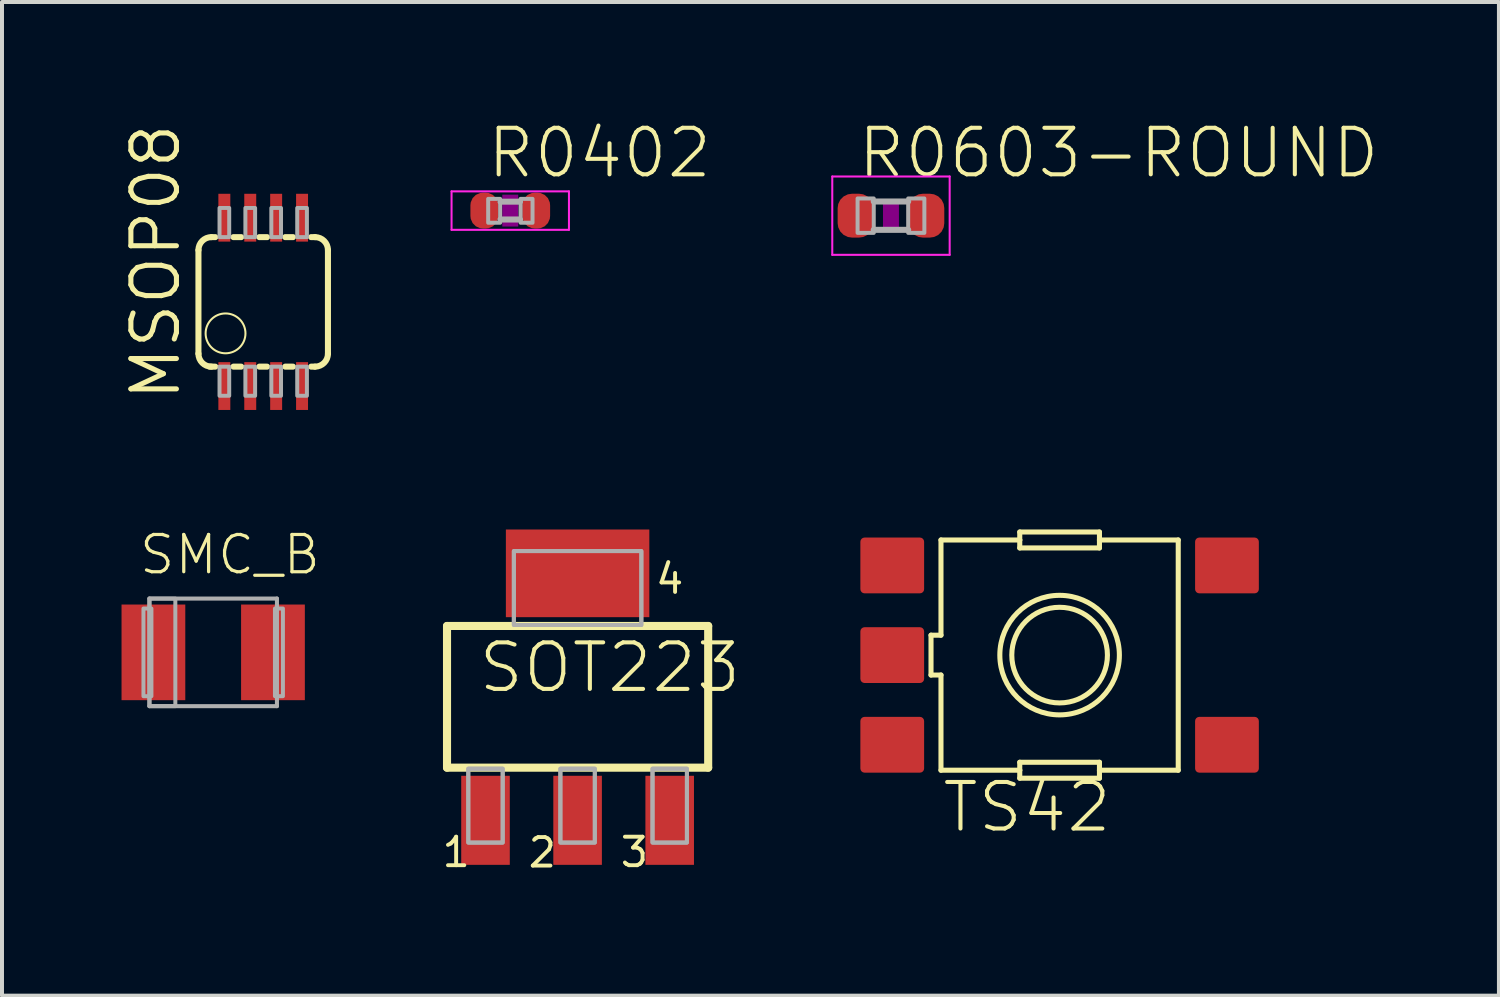
<source format=kicad_pcb>
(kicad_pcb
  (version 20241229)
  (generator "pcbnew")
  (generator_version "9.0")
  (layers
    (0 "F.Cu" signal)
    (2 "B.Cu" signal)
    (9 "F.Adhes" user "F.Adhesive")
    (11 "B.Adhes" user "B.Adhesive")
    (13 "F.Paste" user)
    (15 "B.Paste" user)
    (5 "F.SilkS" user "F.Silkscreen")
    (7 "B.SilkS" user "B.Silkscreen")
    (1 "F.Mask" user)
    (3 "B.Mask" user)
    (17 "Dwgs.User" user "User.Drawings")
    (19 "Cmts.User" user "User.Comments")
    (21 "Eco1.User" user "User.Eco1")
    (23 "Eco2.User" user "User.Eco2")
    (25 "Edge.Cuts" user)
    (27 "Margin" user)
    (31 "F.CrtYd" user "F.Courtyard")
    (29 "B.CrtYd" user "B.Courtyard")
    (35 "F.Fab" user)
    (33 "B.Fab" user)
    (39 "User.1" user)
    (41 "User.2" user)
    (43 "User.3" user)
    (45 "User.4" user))
  (footprint "TS42"
    (layer "F.Cu")
    (at 23.541 13.39)
    (property "Reference" "TS42" (at -3 4.5 0) (unlocked yes) (layer "F.SilkS") (effects (font (size 1.168 1.168) (thickness 0.102)) (justify left bottom)))
    (fp_line (start -3.227 -0.5) (end -3.227 0.5) (stroke (width 0.127) (type solid)) (layer "F.SilkS"))
    (fp_line (start -3.227 0.5) (end -2.977 0.5) (stroke (width 0.127) (type solid)) (layer "F.SilkS"))
    (fp_line (start -2.977 -2.889) (end -2.977 -0.5) (stroke (width 0.127) (type solid)) (layer "F.SilkS"))
    (fp_line (start -2.977 -2.889) (end -1 -2.889) (stroke (width 0.127) (type solid)) (layer "F.SilkS"))
    (fp_line (start -2.977 -0.5) (end -3.227 -0.5) (stroke (width 0.127) (type solid)) (layer "F.SilkS"))
    (fp_line (start -2.977 0.5) (end -2.977 2.889) (stroke (width 0.127) (type solid)) (layer "F.SilkS"))
    (fp_line (start -1 -3.089) (end -1 -2.889) (stroke (width 0.127) (type solid)) (layer "F.SilkS"))
    (fp_line (start -1 -2.889) (end -1 -2.689) (stroke (width 0.127) (type solid)) (layer "F.SilkS"))
    (fp_line (start -1 -2.689) (end 1 -2.689) (stroke (width 0.127) (type solid)) (layer "F.SilkS"))
    (fp_line (start -1 2.689) (end -1 2.889) (stroke (width 0.127) (type solid)) (layer "F.SilkS"))
    (fp_line (start -1 2.889) (end -2.977 2.889) (stroke (width 0.127) (type solid)) (layer "F.SilkS"))
    (fp_line (start -1 2.889) (end -1 3.089) (stroke (width 0.127) (type solid)) (layer "F.SilkS"))
    (fp_line (start -1 3.089) (end 1 3.089) (stroke (width 0.127) (type solid)) (layer "F.SilkS"))
    (fp_line (start 1 -3.089) (end -1 -3.089) (stroke (width 0.127) (type solid)) (layer "F.SilkS"))
    (fp_line (start 1 -2.889) (end 1 -3.089) (stroke (width 0.127) (type solid)) (layer "F.SilkS"))
    (fp_line (start 1 -2.889) (end 2.977 -2.889) (stroke (width 0.127) (type solid)) (layer "F.SilkS"))
    (fp_line (start 1 -2.689) (end 1 -2.889) (stroke (width 0.127) (type solid)) (layer "F.SilkS"))
    (fp_line (start 1 2.689) (end -1 2.689) (stroke (width 0.127) (type solid)) (layer "F.SilkS"))
    (fp_line (start 1 2.889) (end 1 2.689) (stroke (width 0.127) (type solid)) (layer "F.SilkS"))
    (fp_line (start 1 2.889) (end 2.977 2.889) (stroke (width 0.127) (type solid)) (layer "F.SilkS"))
    (fp_line (start 1 3.089) (end 1 2.889) (stroke (width 0.127) (type solid)) (layer "F.SilkS"))
    (fp_line (start 2.977 2.889) (end 2.977 -2.889) (stroke (width 0.127) (type solid)) (layer "F.SilkS"))
    (fp_circle (center 0 0) (end 1.2 0) (stroke (width 0.127) (type solid)) (fill no) (layer "F.SilkS"))
    (fp_circle (center 0 0) (end 1.5 0) (stroke (width 0.127) (type solid)) (fill no) (layer "F.SilkS"))
    (fp_poly (pts (xy -4.699 0.381) (xy -3.81 0.381) (xy -3.81 -0.381) (xy -4.699 -0.381)) (stroke (width 0) (type default)) (fill yes) (layer "F.Paste"))
    (pad "1" smd roundrect (at -4.2 -2.25) (size 1.6 1.4) (layers "F.Cu" "F.Mask" "F.Paste") (roundrect_rratio 0.075))
    (pad "2" smd roundrect (at 4.2 -2.25) (size 1.6 1.4) (layers "F.Cu" "F.Mask" "F.Paste") (roundrect_rratio 0.075))
    (pad "3" smd roundrect (at -4.2 2.25) (size 1.6 1.4) (layers "F.Cu" "F.Mask" "F.Paste") (roundrect_rratio 0.075))
    (pad "4" smd roundrect (at 4.2 2.25) (size 1.6 1.4) (layers "F.Cu" "F.Mask" "F.Paste") (roundrect_rratio 0.075))
    (pad "5" smd roundrect (at -4.2 0) (size 1.6 1.4) (layers "F.Cu" "F.Mask") (roundrect_rratio 0.075)))
  (footprint "R0402"
    (layer "F.Cu")
    (at 9.755 2.235)
    (property "Reference" "R0402" (at -0.635 -0.762 0) (unlocked yes) (layer "F.SilkS") (effects (font (size 1.168 1.168) (thickness 0.102)) (justify left bottom)))
    (fp_poly (pts (xy -0.2 0.4) (xy 0.2 0.4) (xy 0.2 -0.4) (xy -0.2 -0.4)) (stroke (width 0) (type default)) (fill yes) (layer "F.Adhes"))
    (fp_line (start -1.473 -0.483) (end 1.473 -0.483) (stroke (width 0.051) (type solid)) (layer "F.CrtYd"))
    (fp_line (start -1.473 0.483) (end -1.473 -0.483) (stroke (width 0.051) (type solid)) (layer "F.CrtYd"))
    (fp_line (start 1.473 -0.483) (end 1.473 0.483) (stroke (width 0.051) (type solid)) (layer "F.CrtYd"))
    (fp_line (start 1.473 0.483) (end -1.473 0.483) (stroke (width 0.051) (type solid)) (layer "F.CrtYd"))
    (fp_line (start -0.245 -0.224) (end 0.245 -0.224) (stroke (width 0.152) (type solid)) (layer "F.Fab"))
    (fp_line (start 0.245 0.224) (end -0.245 0.224) (stroke (width 0.152) (type solid)) (layer "F.Fab"))
    (fp_poly (pts (xy -0.554 0.305) (xy -0.254 0.305) (xy -0.254 -0.295) (xy -0.554 -0.295)) (stroke (width 0.1) (type default)) (fill no) (layer "F.Fab"))
    (fp_poly (pts (xy 0.259 0.305) (xy 0.559 0.305) (xy 0.559 -0.295) (xy 0.259 -0.295)) (stroke (width 0.1) (type default)) (fill no) (layer "F.Fab"))
    (pad "1" smd roundrect (at -0.65 0) (size 0.7 0.9) (layers "F.Cu" "F.Mask" "F.Paste") (roundrect_rratio 0.45))
    (pad "2" smd roundrect (at 0.65 0) (size 0.7 0.9) (layers "F.Cu" "F.Mask" "F.Paste") (roundrect_rratio 0.45)))
  (footprint "R0603-ROUND"
    (layer "F.Cu")
    (at 19.309 2.362)
    (property "Reference" "R0603-ROUND" (at -0.889 -0.889 0) (unlocked yes) (layer "F.SilkS") (effects (font (size 1.168 1.168) (thickness 0.102)) (justify left bottom)))
    (fp_poly (pts (xy -0.2 0.4) (xy 0.2 0.4) (xy 0.2 -0.4) (xy -0.2 -0.4)) (stroke (width 0) (type default)) (fill yes) (layer "F.Adhes"))
    (fp_line (start -1.473 -0.983) (end 1.473 -0.983) (stroke (width 0.051) (type solid)) (layer "F.CrtYd"))
    (fp_line (start -1.473 0.983) (end -1.473 -0.983) (stroke (width 0.051) (type solid)) (layer "F.CrtYd"))
    (fp_line (start 1.473 -0.983) (end 1.473 0.983) (stroke (width 0.051) (type solid)) (layer "F.CrtYd"))
    (fp_line (start 1.473 0.983) (end -1.473 0.983) (stroke (width 0.051) (type solid)) (layer "F.CrtYd"))
    (fp_line (start -0.432 0.356) (end 0.432 0.356) (stroke (width 0.152) (type solid)) (layer "F.Fab"))
    (fp_line (start 0.432 -0.356) (end -0.432 -0.356) (stroke (width 0.152) (type solid)) (layer "F.Fab"))
    (fp_poly (pts (xy -0.838 0.432) (xy -0.432 0.432) (xy -0.432 -0.432) (xy -0.838 -0.432)) (stroke (width 0.1) (type default)) (fill no) (layer "F.Fab"))
    (fp_poly (pts (xy 0.432 0.432) (xy 0.838 0.432) (xy 0.838 -0.432) (xy 0.432 -0.432)) (stroke (width 0.1) (type default)) (fill no) (layer "F.Fab"))
    (pad "1" smd roundrect (at -0.889 0) (size 0.898 1.1) (layers "F.Cu" "F.Mask" "F.Paste") (roundrect_rratio 0.4))
    (pad "2" smd roundrect (at 0.889 0) (size 0.898 1.1) (layers "F.Cu" "F.Mask" "F.Paste") (roundrect_rratio 0.4)))
  (footprint "SMC_B"
    (layer "F.Cu")
    (at 2.3 13.321)
    (property "Reference" "SMC_B" (at -1.905 -1.905 0) (unlocked yes) (layer "F.SilkS") (effects (font (size 0.935 0.935) (thickness 0.081)) (justify left bottom)))
    (fp_line (start -1.6 -1.35) (end 1.6 -1.35) (stroke (width 0.102) (type solid)) (layer "F.Fab"))
    (fp_line (start -1.6 1.35) (end -1.6 -1.35) (stroke (width 0.102) (type solid)) (layer "F.Fab"))
    (fp_line (start 1.6 -1.35) (end 1.6 1.35) (stroke (width 0.102) (type solid)) (layer "F.Fab"))
    (fp_line (start 1.6 1.35) (end -1.6 1.35) (stroke (width 0.102) (type solid)) (layer "F.Fab"))
    (fp_poly (pts (xy -1.75 1.1) (xy -1.55 1.1) (xy -1.55 -1.1) (xy -1.75 -1.1)) (stroke (width 0.1) (type default)) (fill no) (layer "F.Fab"))
    (fp_poly (pts (xy -1.6 1.35) (xy -0.95 1.35) (xy -0.95 -1.35) (xy -1.6 -1.35)) (stroke (width 0.1) (type default)) (fill no) (layer "F.Fab"))
    (fp_poly (pts (xy 1.75 -1.1) (xy 1.55 -1.1) (xy 1.55 1.1) (xy 1.75 1.1)) (stroke (width 0.1) (type default)) (fill no) (layer "F.Fab"))
    (pad "+" smd rect (at -1.5 0) (size 1.6 2.4) (layers "F.Cu" "F.Mask" "F.Paste"))
    (pad "-" smd rect (at 1.5 0 180) (size 1.6 2.4) (layers "F.Cu" "F.Mask" "F.Paste")))
  (footprint "SOT223"
    (layer "F.Cu")
    (at 11.445 14.437)
    (property "Reference" "SOT223" (at -2.54 -0.051 0) (unlocked yes) (layer "F.SilkS") (effects (font (size 1.168 1.168) (thickness 0.102)) (justify left bottom)))
    (fp_line (start -3.277 -1.778) (end 3.277 -1.778) (stroke (width 0.203) (type solid)) (layer "F.SilkS"))
    (fp_line (start -3.277 1.778) (end -3.277 -1.778) (stroke (width 0.203) (type solid)) (layer "F.SilkS"))
    (fp_line (start 3.277 -1.778) (end 3.277 1.778) (stroke (width 0.203) (type solid)) (layer "F.SilkS"))
    (fp_line (start 3.277 1.778) (end -3.277 1.778) (stroke (width 0.203) (type solid)) (layer "F.SilkS"))
    (fp_poly (pts (xy -2.743 3.658) (xy -1.88 3.658) (xy -1.88 1.803) (xy -2.743 1.803)) (stroke (width 0.1) (type default)) (fill no) (layer "F.Fab"))
    (fp_poly (pts (xy -2.743 3.658) (xy -1.88 3.658) (xy -1.88 1.803) (xy -2.743 1.803)) (stroke (width 0.1) (type default)) (fill no) (layer "F.Fab"))
    (fp_poly (pts (xy -1.6 -1.803) (xy 1.6 -1.803) (xy 1.6 -3.658) (xy -1.6 -3.658)) (stroke (width 0.1) (type default)) (fill no) (layer "F.Fab"))
    (fp_poly (pts (xy -1.6 -1.803) (xy 1.6 -1.803) (xy 1.6 -3.658) (xy -1.6 -3.658)) (stroke (width 0.1) (type default)) (fill no) (layer "F.Fab"))
    (fp_poly (pts (xy -0.432 3.658) (xy 0.432 3.658) (xy 0.432 1.803) (xy -0.432 1.803)) (stroke (width 0.1) (type default)) (fill no) (layer "F.Fab"))
    (fp_poly (pts (xy -0.432 3.658) (xy 0.432 3.658) (xy 0.432 1.803) (xy -0.432 1.803)) (stroke (width 0.1) (type default)) (fill no) (layer "F.Fab"))
    (fp_poly (pts (xy 1.88 3.658) (xy 2.743 3.658) (xy 2.743 1.803) (xy 1.88 1.803)) (stroke (width 0.1) (type default)) (fill no) (layer "F.Fab"))
    (fp_poly (pts (xy 1.88 3.658) (xy 2.743 3.658) (xy 2.743 1.803) (xy 1.88 1.803)) (stroke (width 0.1) (type default)) (fill no) (layer "F.Fab"))
    (fp_text user "2" (at -1.291 4.327 0) (unlocked yes) (layer "F.SilkS") (effects (font (size 0.715 0.715) (thickness 0.098)) (justify left bottom)))
    (fp_text user "3" (at 1.021 4.318 0) (unlocked yes) (layer "F.SilkS") (effects (font (size 0.715 0.715) (thickness 0.098)) (justify left bottom)))
    (fp_text user "4" (at 1.905 -2.54 0) (unlocked yes) (layer "F.SilkS") (effects (font (size 0.715 0.715) (thickness 0.098)) (justify left bottom)))
    (fp_text user "1" (at -3.453 4.318 0) (unlocked yes) (layer "F.SilkS") (effects (font (size 0.715 0.715) (thickness 0.098)) (justify left bottom)))
    (pad "1" smd rect (at -2.311 3.099) (size 1.219 2.235) (layers "F.Cu" "F.Mask" "F.Paste"))
    (pad "2" smd rect (at 0 3.099) (size 1.219 2.235) (layers "F.Cu" "F.Mask" "F.Paste"))
    (pad "3" smd rect (at 2.311 3.099) (size 1.219 2.235) (layers "F.Cu" "F.Mask" "F.Paste"))
    (pad "4" smd rect (at 0 -3.099) (size 3.6 2.2) (layers "F.Cu" "F.Mask" "F.Paste")))
  (footprint "MSOP08"
    (layer "F.Cu")
    (at 3.556 4.525)
    (property "Reference" "MSOP08" (at -2.032 2.54 90) (unlocked yes) (layer "F.SilkS") (effects (font (size 1.143 1.143) (thickness 0.127)) (justify left bottom)))
    (fp_line (start -1.626 1.301) (end -1.626 -1.299) (stroke (width 0.152) (type solid)) (layer "F.SilkS"))
    (fp_line (start -1.341 1.626) (end -1.204 1.626) (stroke (width 0.152) (type solid)) (layer "F.SilkS"))
    (fp_line (start -1.301 -1.624) (end -1.204 -1.624) (stroke (width 0.152) (type solid)) (layer "F.SilkS"))
    (fp_line (start -0.747 -1.624) (end -0.554 -1.624) (stroke (width 0.152) (type solid)) (layer "F.SilkS"))
    (fp_line (start -0.747 1.626) (end -0.554 1.626) (stroke (width 0.152) (type solid)) (layer "F.SilkS"))
    (fp_line (start -0.097 -1.624) (end 0.096 -1.624) (stroke (width 0.152) (type solid)) (layer "F.SilkS"))
    (fp_line (start -0.097 1.626) (end 0.096 1.626) (stroke (width 0.152) (type solid)) (layer "F.SilkS"))
    (fp_line (start 0.553 -1.624) (end 0.746 -1.624) (stroke (width 0.152) (type solid)) (layer "F.SilkS"))
    (fp_line (start 0.553 1.626) (end 0.746 1.626) (stroke (width 0.152) (type solid)) (layer "F.SilkS"))
    (fp_line (start 1.203 -1.624) (end 1.299 -1.624) (stroke (width 0.152) (type solid)) (layer "F.SilkS"))
    (fp_line (start 1.203 1.626) (end 1.299 1.626) (stroke (width 0.152) (type solid)) (layer "F.SilkS"))
    (fp_line (start 1.624 -1.299) (end 1.624 1.301) (stroke (width 0.152) (type solid)) (layer "F.SilkS"))
    (fp_arc (start -1.626 -1.299) (mid -1.53081 -1.52881) (end -1.301 -1.624) (stroke (width 0.1524) (type solid)) (layer "F.SilkS"))
    (fp_arc (start -1.301 1.626) (mid -1.53081 1.53081) (end -1.626 1.301) (stroke (width 0.1524) (type solid)) (layer "F.SilkS"))
    (fp_arc (start 1.299 -1.624) (mid 1.52881 -1.52881) (end 1.624 -1.299) (stroke (width 0.1524) (type solid)) (layer "F.SilkS"))
    (fp_arc (start 1.624 1.301) (mid 1.52881 1.53081) (end 1.299 1.626) (stroke (width 0.1524) (type solid)) (layer "F.SilkS"))
    (fp_circle (center -0.946 0.791) (end -0.446 0.791) (stroke (width 0.051) (type solid)) (fill no) (layer "F.SilkS"))
    (fp_poly (pts (xy -1.097 -1.624) (xy -0.854 -1.624) (xy -0.854 -2.356) (xy -1.097 -2.356)) (stroke (width 0.1) (type default)) (fill no) (layer "F.Fab"))
    (fp_poly (pts (xy -1.097 2.357) (xy -0.854 2.357) (xy -0.854 1.626) (xy -1.097 1.626)) (stroke (width 0.1) (type default)) (fill no) (layer "F.Fab"))
    (fp_poly (pts (xy -0.448 -1.624) (xy -0.204 -1.624) (xy -0.204 -2.356) (xy -0.448 -2.356)) (stroke (width 0.1) (type default)) (fill no) (layer "F.Fab"))
    (fp_poly (pts (xy -0.448 2.357) (xy -0.204 2.357) (xy -0.204 1.626) (xy -0.448 1.626)) (stroke (width 0.1) (type default)) (fill no) (layer "F.Fab"))
    (fp_poly (pts (xy 0.203 -1.624) (xy 0.446 -1.624) (xy 0.446 -2.356) (xy 0.203 -2.356)) (stroke (width 0.1) (type default)) (fill no) (layer "F.Fab"))
    (fp_poly (pts (xy 0.203 2.357) (xy 0.446 2.357) (xy 0.446 1.626) (xy 0.203 1.626)) (stroke (width 0.1) (type default)) (fill no) (layer "F.Fab"))
    (fp_poly (pts (xy 0.853 -1.624) (xy 1.096 -1.624) (xy 1.096 -2.356) (xy 0.853 -2.356)) (stroke (width 0.1) (type default)) (fill no) (layer "F.Fab"))
    (fp_poly (pts (xy 0.853 2.357) (xy 1.096 2.357) (xy 1.096 1.626) (xy 0.853 1.626)) (stroke (width 0.1) (type default)) (fill no) (layer "F.Fab"))
    (pad "1" smd rect (at -0.976 2.113) (size 0.3 1.2) (layers "F.Cu" "F.Mask" "F.Paste"))
    (pad "2" smd rect (at -0.326 2.113) (size 0.3 1.2) (layers "F.Cu" "F.Mask" "F.Paste"))
    (pad "3" smd rect (at 0.324 2.113) (size 0.3 1.2) (layers "F.Cu" "F.Mask" "F.Paste"))
    (pad "4" smd rect (at 0.974 2.113) (size 0.3 1.2) (layers "F.Cu" "F.Mask" "F.Paste"))
    (pad "5" smd rect (at 0.974 -2.112) (size 0.3 1.2) (layers "F.Cu" "F.Mask" "F.Paste"))
    (pad "6" smd rect (at 0.324 -2.112) (size 0.3 1.2) (layers "F.Cu" "F.Mask" "F.Paste"))
    (pad "7" smd rect (at -0.326 -2.112) (size 0.3 1.2) (layers "F.Cu" "F.Mask" "F.Paste"))
    (pad "8" smd rect (at -0.976 -2.112) (size 0.3 1.2) (layers "F.Cu" "F.Mask" "F.Paste")))
  (gr_rect
    (start -3 -3)
    (end 34.566 21.936)
    (stroke (width 0.1) (type default))
    (fill no)
    (layer "Edge.Cuts")))
</source>
